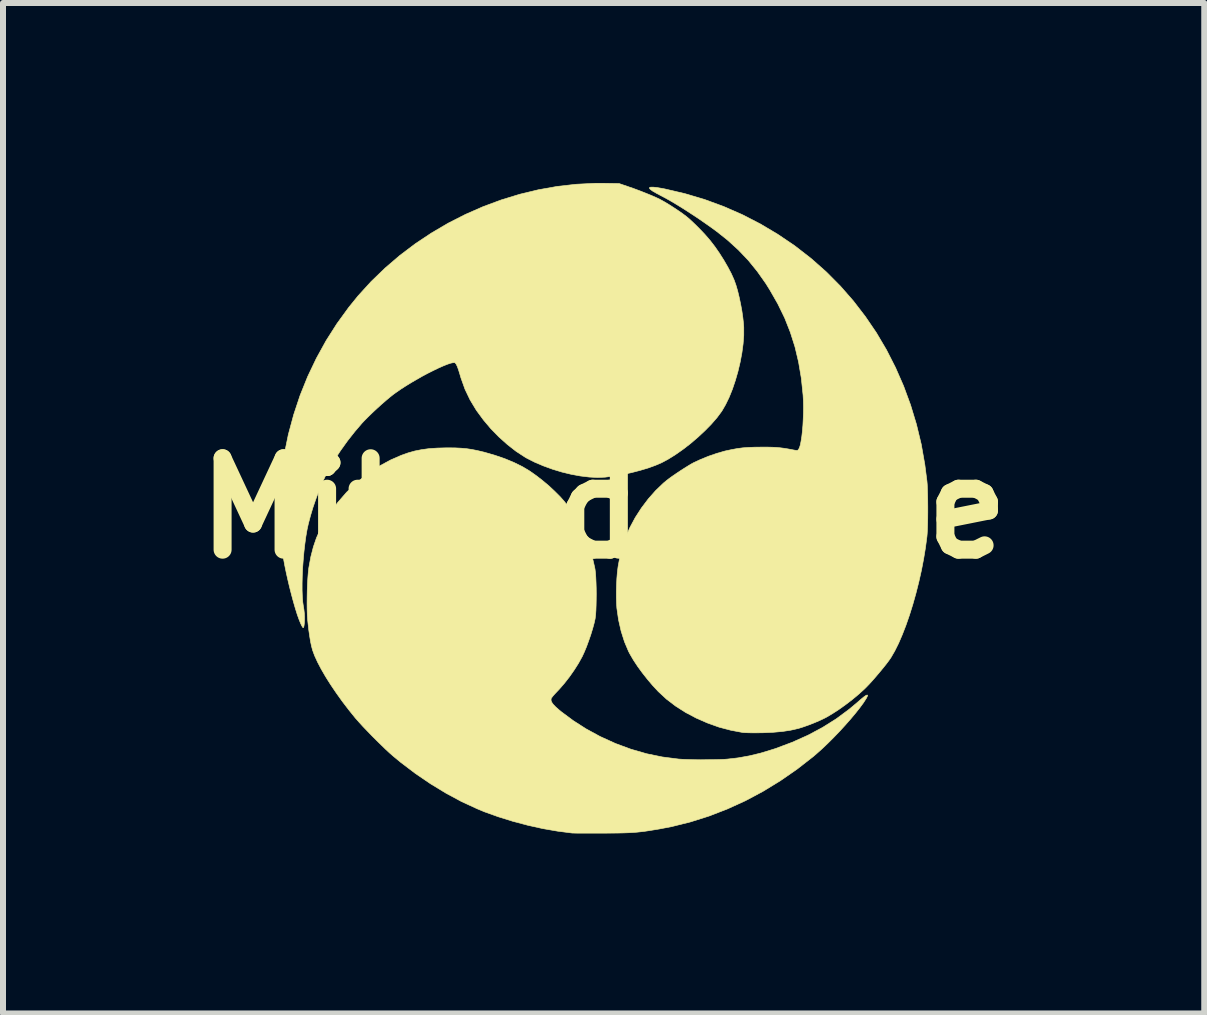
<source format=kicad_pcb>
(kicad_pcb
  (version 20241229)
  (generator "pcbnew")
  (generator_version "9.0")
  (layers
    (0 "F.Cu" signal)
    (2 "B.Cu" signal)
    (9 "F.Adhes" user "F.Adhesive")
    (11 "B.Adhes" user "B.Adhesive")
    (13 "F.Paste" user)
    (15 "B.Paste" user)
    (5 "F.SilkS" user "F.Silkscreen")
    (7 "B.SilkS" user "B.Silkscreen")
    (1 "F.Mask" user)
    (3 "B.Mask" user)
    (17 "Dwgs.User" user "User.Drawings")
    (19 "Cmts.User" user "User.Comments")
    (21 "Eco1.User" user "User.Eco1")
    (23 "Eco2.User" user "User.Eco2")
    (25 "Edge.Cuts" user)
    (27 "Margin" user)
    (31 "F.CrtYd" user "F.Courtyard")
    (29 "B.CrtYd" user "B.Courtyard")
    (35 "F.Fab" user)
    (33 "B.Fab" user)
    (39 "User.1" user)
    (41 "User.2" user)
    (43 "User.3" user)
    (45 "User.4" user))
  (footprint "Mitsudomoe"
    (layer "F.Cu")
    (at 7.01 5.422)
    (property "Reference" "Mitsudomoe" (at 0 0 0) (layer "F.SilkS") (effects (font (size 1.524 1.524) (thickness 0.3))))
    (attr through_hole)
    (fp_poly (pts (xy 0.259 -5.413) (xy 0.402 -5.364) (xy 0.503 -5.329) (xy 0.605 -5.291) (xy 0.704 -5.252) (xy 0.795 -5.215) (xy 0.875 -5.18) (xy 0.939 -5.15) (xy 0.943 -5.147) (xy 1.007 -5.112) (xy 1.081 -5.068) (xy 1.161 -5.017) (xy 1.241 -4.964) (xy 1.316 -4.912) (xy 1.38 -4.864) (xy 1.381 -4.863) (xy 1.43 -4.822) (xy 1.488 -4.768) (xy 1.552 -4.706) (xy 1.618 -4.639) (xy 1.682 -4.572) (xy 1.739 -4.507) (xy 1.778 -4.461) (xy 1.855 -4.361) (xy 1.931 -4.251) (xy 2.004 -4.136) (xy 2.071 -4.02) (xy 2.129 -3.91) (xy 2.174 -3.809) (xy 2.178 -3.799) (xy 2.206 -3.72) (xy 2.234 -3.624) (xy 2.26 -3.517) (xy 2.284 -3.403) (xy 2.305 -3.289) (xy 2.321 -3.177) (xy 2.332 -3.075) (xy 2.336 -3.015) (xy 2.336 -2.883) (xy 2.325 -2.74) (xy 2.305 -2.59) (xy 2.276 -2.436) (xy 2.239 -2.28) (xy 2.195 -2.128) (xy 2.146 -1.983) (xy 2.091 -1.847) (xy 2.032 -1.726) (xy 1.971 -1.621) (xy 1.966 -1.614) (xy 1.889 -1.51) (xy 1.795 -1.402) (xy 1.688 -1.293) (xy 1.571 -1.184) (xy 1.448 -1.079) (xy 1.321 -0.981) (xy 1.194 -0.892) (xy 1.07 -0.815) (xy 0.968 -0.761) (xy 0.864 -0.716) (xy 0.742 -0.672) (xy 0.608 -0.632) (xy 0.466 -0.595) (xy 0.319 -0.563) (xy 0.173 -0.538) (xy 0.031 -0.52) (xy 0.024 -0.519) (xy -0.101 -0.514) (xy -0.239 -0.521) (xy -0.387 -0.539) (xy -0.54 -0.567) (xy -0.697 -0.605) (xy -0.852 -0.652) (xy -1.003 -0.707) (xy -1.147 -0.768) (xy -1.279 -0.835) (xy -1.31 -0.853) (xy -1.456 -0.948) (xy -1.601 -1.061) (xy -1.744 -1.189) (xy -1.879 -1.327) (xy -2.003 -1.474) (xy -2.114 -1.625) (xy -2.12 -1.633) (xy -2.225 -1.807) (xy -2.31 -1.985) (xy -2.377 -2.172) (xy -2.392 -2.223) (xy -2.416 -2.302) (xy -2.437 -2.361) (xy -2.456 -2.401) (xy -2.474 -2.423) (xy -2.48 -2.427) (xy -2.507 -2.428) (xy -2.549 -2.419) (xy -2.606 -2.4) (xy -2.673 -2.373) (xy -2.75 -2.339) (xy -2.835 -2.298) (xy -2.925 -2.253) (xy -3.019 -2.203) (xy -3.113 -2.149) (xy -3.208 -2.094) (xy -3.299 -2.038) (xy -3.386 -1.982) (xy -3.466 -1.926) (xy -3.502 -1.9) (xy -3.56 -1.854) (xy -3.628 -1.797) (xy -3.704 -1.731) (xy -3.781 -1.661) (xy -3.858 -1.589) (xy -3.929 -1.52) (xy -3.991 -1.457) (xy -4.025 -1.421) (xy -4.148 -1.277) (xy -4.269 -1.123) (xy -4.383 -0.964) (xy -4.488 -0.803) (xy -4.58 -0.646) (xy -4.634 -0.544) (xy -4.689 -0.427) (xy -4.743 -0.296) (xy -4.795 -0.156) (xy -4.844 -0.014) (xy -4.886 0.126) (xy -4.921 0.258) (xy -4.942 0.354) (xy -4.962 0.469) (xy -4.979 0.594) (xy -4.994 0.724) (xy -5.006 0.858) (xy -5.016 0.992) (xy -5.022 1.124) (xy -5.025 1.249) (xy -5.025 1.367) (xy -5.021 1.473) (xy -5.014 1.564) (xy -5.003 1.638) (xy -5.001 1.646) (xy -4.994 1.693) (xy -4.988 1.748) (xy -4.985 1.804) (xy -4.985 1.86) (xy -4.987 1.91) (xy -4.992 1.951) (xy -4.998 1.979) (xy -5.007 1.99) (xy -5.008 1.99) (xy -5.017 1.981) (xy -5.031 1.957) (xy -5.047 1.924) (xy -5.048 1.922) (xy -5.075 1.856) (xy -5.105 1.773) (xy -5.136 1.674) (xy -5.168 1.564) (xy -5.2 1.446) (xy -5.232 1.321) (xy -5.262 1.195) (xy -5.29 1.07) (xy -5.315 0.948) (xy -5.336 0.833) (xy -5.353 0.729) (xy -5.359 0.683) (xy -5.383 0.442) (xy -5.396 0.19) (xy -5.397 -0.068) (xy -5.387 -0.327) (xy -5.367 -0.58) (xy -5.335 -0.822) (xy -5.323 -0.894) (xy -5.254 -1.231) (xy -5.165 -1.561) (xy -5.058 -1.883) (xy -4.932 -2.196) (xy -4.787 -2.5) (xy -4.625 -2.794) (xy -4.445 -3.077) (xy -4.249 -3.347) (xy -4.091 -3.542) (xy -3.874 -3.78) (xy -3.642 -4.004) (xy -3.397 -4.214) (xy -3.139 -4.409) (xy -2.87 -4.588) (xy -2.591 -4.752) (xy -2.304 -4.898) (xy -2.008 -5.028) (xy -1.706 -5.14) (xy -1.399 -5.234) (xy -1.088 -5.309) (xy -0.774 -5.365) (xy -0.458 -5.401) (xy -0.141 -5.417) (xy 0.023 -5.417) (xy 0.259 -5.413)) (stroke (width 0.01) (type solid)) (fill yes) (layer "F.SilkS"))
    (fp_poly (pts (xy 0.887 -5.347) (xy 0.968 -5.333) (xy 1.021 -5.323) (xy 1.354 -5.245) (xy 1.681 -5.148) (xy 2 -5.031) (xy 2.311 -4.895) (xy 2.612 -4.74) (xy 2.903 -4.567) (xy 3.184 -4.377) (xy 3.452 -4.169) (xy 3.469 -4.155) (xy 3.715 -3.937) (xy 3.947 -3.703) (xy 4.163 -3.456) (xy 4.363 -3.196) (xy 4.548 -2.924) (xy 4.716 -2.639) (xy 4.866 -2.344) (xy 5 -2.038) (xy 5.116 -1.723) (xy 5.214 -1.4) (xy 5.294 -1.068) (xy 5.354 -0.728) (xy 5.389 -0.455) (xy 5.394 -0.397) (xy 5.397 -0.321) (xy 5.4 -0.233) (xy 5.402 -0.136) (xy 5.403 -0.033) (xy 5.403 0.071) (xy 5.402 0.173) (xy 5.4 0.268) (xy 5.397 0.353) (xy 5.393 0.424) (xy 5.389 0.471) (xy 5.365 0.654) (xy 5.334 0.843) (xy 5.297 1.035) (xy 5.254 1.226) (xy 5.206 1.416) (xy 5.154 1.601) (xy 5.098 1.78) (xy 5.039 1.95) (xy 4.978 2.107) (xy 4.916 2.251) (xy 4.852 2.379) (xy 4.789 2.488) (xy 4.786 2.492) (xy 4.755 2.537) (xy 4.713 2.593) (xy 4.662 2.657) (xy 4.605 2.726) (xy 4.546 2.796) (xy 4.487 2.864) (xy 4.431 2.926) (xy 4.381 2.978) (xy 4.351 3.008) (xy 4.252 3.098) (xy 4.145 3.187) (xy 4.033 3.273) (xy 3.921 3.353) (xy 3.813 3.423) (xy 3.713 3.482) (xy 3.674 3.502) (xy 3.598 3.538) (xy 3.511 3.575) (xy 3.419 3.611) (xy 3.329 3.643) (xy 3.25 3.668) (xy 3.237 3.671) (xy 3.119 3.698) (xy 2.982 3.719) (xy 2.826 3.733) (xy 2.652 3.741) (xy 2.625 3.741) (xy 2.551 3.742) (xy 2.48 3.742) (xy 2.416 3.741) (xy 2.364 3.739) (xy 2.326 3.737) (xy 2.318 3.736) (xy 2.121 3.699) (xy 1.924 3.647) (xy 1.731 3.578) (xy 1.544 3.496) (xy 1.366 3.402) (xy 1.2 3.296) (xy 1.048 3.18) (xy 0.913 3.055) (xy 0.909 3.051) (xy 0.819 2.954) (xy 0.73 2.849) (xy 0.645 2.741) (xy 0.566 2.633) (xy 0.497 2.528) (xy 0.441 2.432) (xy 0.417 2.387) (xy 0.348 2.224) (xy 0.292 2.047) (xy 0.249 1.858) (xy 0.221 1.663) (xy 0.216 1.583) (xy 0.213 1.488) (xy 0.213 1.384) (xy 0.216 1.277) (xy 0.221 1.171) (xy 0.229 1.074) (xy 0.239 0.99) (xy 0.243 0.963) (xy 0.264 0.849) (xy 0.29 0.736) (xy 0.318 0.63) (xy 0.347 0.536) (xy 0.364 0.488) (xy 0.438 0.321) (xy 0.527 0.155) (xy 0.631 -0.006) (xy 0.745 -0.157) (xy 0.868 -0.296) (xy 0.997 -0.42) (xy 1.055 -0.468) (xy 1.097 -0.5) (xy 1.151 -0.539) (xy 1.214 -0.582) (xy 1.28 -0.626) (xy 1.347 -0.669) (xy 1.408 -0.707) (xy 1.461 -0.739) (xy 1.501 -0.761) (xy 1.502 -0.761) (xy 1.62 -0.816) (xy 1.751 -0.869) (xy 1.885 -0.915) (xy 2.013 -0.952) (xy 2.037 -0.958) (xy 2.136 -0.979) (xy 2.228 -0.996) (xy 2.32 -1.008) (xy 2.416 -1.015) (xy 2.523 -1.019) (xy 2.641 -1.02) (xy 2.734 -1.02) (xy 2.812 -1.018) (xy 2.879 -1.015) (xy 2.942 -1.009) (xy 3.004 -1.001) (xy 3.073 -0.99) (xy 3.142 -0.977) (xy 3.185 -0.969) (xy 3.213 -0.965) (xy 3.229 -0.966) (xy 3.24 -0.971) (xy 3.249 -0.982) (xy 3.25 -0.983) (xy 3.265 -1.012) (xy 3.28 -1.06) (xy 3.292 -1.124) (xy 3.304 -1.201) (xy 3.314 -1.289) (xy 3.322 -1.384) (xy 3.327 -1.484) (xy 3.331 -1.587) (xy 3.332 -1.69) (xy 3.33 -1.79) (xy 3.325 -1.884) (xy 3.324 -1.894) (xy 3.295 -2.172) (xy 3.25 -2.437) (xy 3.19 -2.69) (xy 3.112 -2.935) (xy 3.018 -3.173) (xy 2.904 -3.407) (xy 2.772 -3.638) (xy 2.704 -3.747) (xy 2.563 -3.947) (xy 2.412 -4.133) (xy 2.248 -4.305) (xy 2.069 -4.468) (xy 1.891 -4.61) (xy 1.79 -4.684) (xy 1.682 -4.76) (xy 1.569 -4.838) (xy 1.453 -4.914) (xy 1.339 -4.988) (xy 1.229 -5.056) (xy 1.127 -5.117) (xy 1.035 -5.169) (xy 0.963 -5.207) (xy 0.884 -5.249) (xy 0.824 -5.283) (xy 0.784 -5.311) (xy 0.765 -5.332) (xy 0.765 -5.346) (xy 0.786 -5.353) (xy 0.827 -5.353) (xy 0.887 -5.347)) (stroke (width 0.01) (type solid)) (fill yes) (layer "F.SilkS"))
    (fp_poly (pts (xy -2.474 -1.007) (xy -2.375 -1.002) (xy -2.284 -0.994) (xy -2.197 -0.981) (xy -2.106 -0.963) (xy -2.006 -0.939) (xy -1.995 -0.937) (xy -1.815 -0.885) (xy -1.646 -0.827) (xy -1.49 -0.762) (xy -1.349 -0.692) (xy -1.231 -0.621) (xy -1.123 -0.545) (xy -1.015 -0.461) (xy -0.91 -0.373) (xy -0.813 -0.282) (xy -0.725 -0.194) (xy -0.651 -0.11) (xy -0.617 -0.066) (xy -0.526 0.067) (xy -0.44 0.212) (xy -0.361 0.367) (xy -0.29 0.526) (xy -0.23 0.685) (xy -0.182 0.84) (xy -0.148 0.987) (xy -0.142 1.021) (xy -0.135 1.079) (xy -0.13 1.152) (xy -0.126 1.238) (xy -0.123 1.331) (xy -0.122 1.428) (xy -0.123 1.525) (xy -0.125 1.618) (xy -0.128 1.703) (xy -0.133 1.775) (xy -0.14 1.831) (xy -0.141 1.84) (xy -0.158 1.916) (xy -0.183 2.007) (xy -0.213 2.105) (xy -0.248 2.206) (xy -0.284 2.305) (xy -0.322 2.396) (xy -0.358 2.474) (xy -0.36 2.477) (xy -0.418 2.582) (xy -0.489 2.694) (xy -0.568 2.807) (xy -0.653 2.916) (xy -0.737 3.013) (xy -0.775 3.053) (xy -0.811 3.091) (xy -0.842 3.126) (xy -0.864 3.155) (xy -0.875 3.172) (xy -0.875 3.173) (xy -0.876 3.2) (xy -0.865 3.231) (xy -0.841 3.266) (xy -0.803 3.306) (xy -0.748 3.355) (xy -0.706 3.39) (xy -0.504 3.54) (xy -0.29 3.677) (xy -0.062 3.801) (xy -0.054 3.805) (xy 0.199 3.92) (xy 0.456 4.015) (xy 0.716 4.09) (xy 0.978 4.144) (xy 1.24 4.178) (xy 1.263 4.18) (xy 1.332 4.184) (xy 1.417 4.187) (xy 1.514 4.19) (xy 1.618 4.191) (xy 1.723 4.19) (xy 1.826 4.189) (xy 1.922 4.187) (xy 2.004 4.184) (xy 2.061 4.18) (xy 2.243 4.159) (xy 2.427 4.126) (xy 2.618 4.08) (xy 2.818 4.019) (xy 2.868 4.003) (xy 3.145 3.899) (xy 3.406 3.782) (xy 3.65 3.652) (xy 3.879 3.508) (xy 4.092 3.35) (xy 4.226 3.238) (xy 4.289 3.183) (xy 4.338 3.143) (xy 4.372 3.119) (xy 4.393 3.111) (xy 4.4 3.117) (xy 4.393 3.139) (xy 4.378 3.168) (xy 4.332 3.24) (xy 4.271 3.323) (xy 4.199 3.414) (xy 4.117 3.512) (xy 4.028 3.613) (xy 3.934 3.716) (xy 3.836 3.818) (xy 3.738 3.916) (xy 3.641 4.008) (xy 3.548 4.091) (xy 3.497 4.135) (xy 3.225 4.347) (xy 2.945 4.541) (xy 2.657 4.717) (xy 2.363 4.874) (xy 2.062 5.011) (xy 1.757 5.129) (xy 1.447 5.227) (xy 1.134 5.305) (xy 0.931 5.344) (xy 0.84 5.359) (xy 0.76 5.372) (xy 0.687 5.383) (xy 0.62 5.391) (xy 0.554 5.398) (xy 0.486 5.403) (xy 0.414 5.407) (xy 0.333 5.41) (xy 0.242 5.412) (xy 0.136 5.413) (xy 0.013 5.414) (xy -0.011 5.414) (xy -0.11 5.414) (xy -0.204 5.414) (xy -0.291 5.414) (xy -0.367 5.414) (xy -0.432 5.414) (xy -0.481 5.413) (xy -0.513 5.412) (xy -0.524 5.412) (xy -0.765 5.381) (xy -1.013 5.338) (xy -1.265 5.282) (xy -1.514 5.216) (xy -1.755 5.141) (xy -1.984 5.059) (xy -2.104 5.009) (xy -2.365 4.889) (xy -2.625 4.749) (xy -2.883 4.592) (xy -3.136 4.42) (xy -3.381 4.234) (xy -3.508 4.129) (xy -3.564 4.08) (xy -3.63 4.019) (xy -3.703 3.948) (xy -3.782 3.871) (xy -3.861 3.792) (xy -3.938 3.712) (xy -4.01 3.637) (xy -4.073 3.568) (xy -4.125 3.509) (xy -4.136 3.497) (xy -4.248 3.358) (xy -4.355 3.218) (xy -4.455 3.078) (xy -4.548 2.941) (xy -4.632 2.808) (xy -4.705 2.682) (xy -4.767 2.564) (xy -4.816 2.457) (xy -4.85 2.365) (xy -4.867 2.302) (xy -4.884 2.223) (xy -4.899 2.13) (xy -4.914 2.027) (xy -4.926 1.919) (xy -4.933 1.854) (xy -4.938 1.776) (xy -4.941 1.684) (xy -4.942 1.581) (xy -4.941 1.473) (xy -4.939 1.364) (xy -4.935 1.257) (xy -4.929 1.158) (xy -4.922 1.07) (xy -4.914 0.998) (xy -4.912 0.986) (xy -4.879 0.806) (xy -4.837 0.643) (xy -4.786 0.494) (xy -4.725 0.356) (xy -4.696 0.302) (xy -4.572 0.097) (xy -4.434 -0.094) (xy -4.282 -0.269) (xy -4.116 -0.428) (xy -3.938 -0.572) (xy -3.749 -0.698) (xy -3.549 -0.806) (xy -3.373 -0.883) (xy -3.261 -0.923) (xy -3.148 -0.955) (xy -3.032 -0.978) (xy -2.907 -0.995) (xy -2.771 -1.004) (xy -2.618 -1.008) (xy -2.588 -1.008) (xy -2.474 -1.007)) (stroke (width 0.01) (type solid)) (fill yes) (layer "F.SilkS")))
  (gr_rect
    (start -3 -3)
    (end 17.021 13.841)
    (stroke (width 0.1) (type default))
    (fill no)
    (layer "Edge.Cuts")))
</source>
